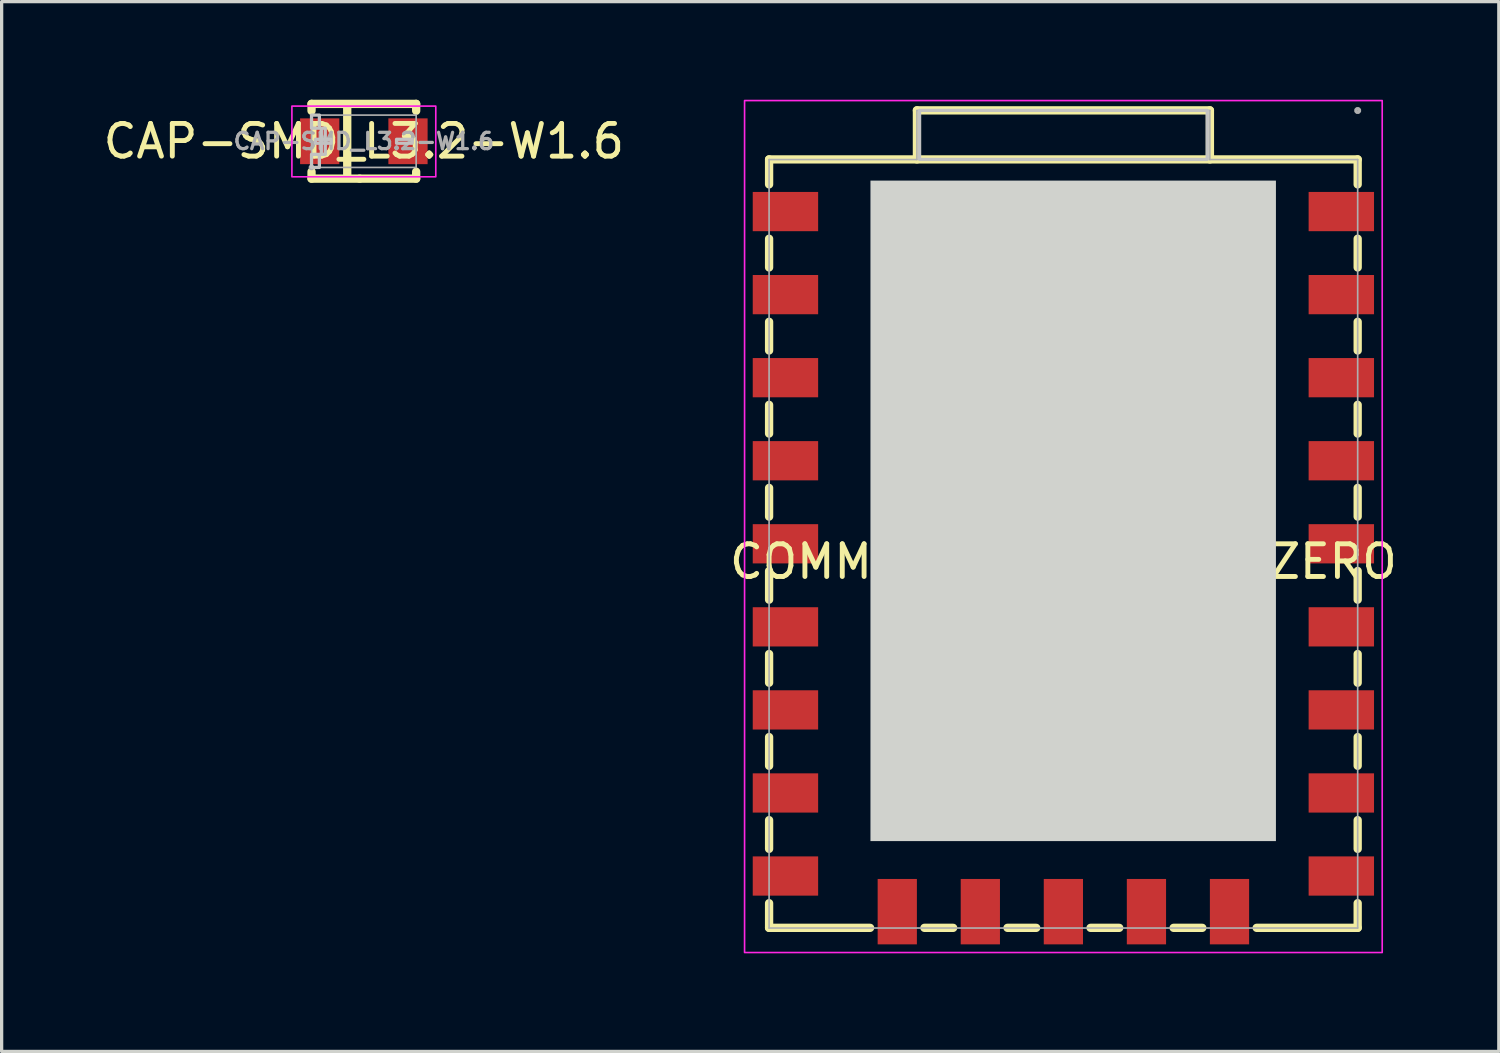
<source format=kicad_pcb>
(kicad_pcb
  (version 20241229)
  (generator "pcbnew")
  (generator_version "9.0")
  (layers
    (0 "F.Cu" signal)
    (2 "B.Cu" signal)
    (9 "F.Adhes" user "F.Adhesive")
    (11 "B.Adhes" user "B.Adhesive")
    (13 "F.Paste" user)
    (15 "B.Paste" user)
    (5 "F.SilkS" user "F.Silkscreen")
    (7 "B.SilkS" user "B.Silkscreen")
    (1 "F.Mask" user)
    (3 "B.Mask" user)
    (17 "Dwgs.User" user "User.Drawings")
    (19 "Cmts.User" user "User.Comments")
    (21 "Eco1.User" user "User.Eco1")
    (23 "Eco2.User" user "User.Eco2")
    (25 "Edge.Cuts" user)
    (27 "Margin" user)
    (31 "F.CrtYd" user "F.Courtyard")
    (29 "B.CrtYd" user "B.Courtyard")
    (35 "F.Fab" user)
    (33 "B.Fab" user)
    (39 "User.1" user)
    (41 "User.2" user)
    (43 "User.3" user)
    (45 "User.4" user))
  (footprint "CAP-SMD_L3.2-W1.6"
    (layer "F.Cu")
    (at 8.077 1.27)
    (property "Reference" "CAP-SMD_L3.2-W1.6" (at 0 0 0) (layer "F.SilkS") (effects (font (size 1 1) (thickness 0.15))))
    (fp_line (start -1.6 -1.143) (end -1.6 -0.931) (stroke (width 0.254) (type default)) (layer "F.SilkS"))
    (fp_line (start -1.6 -1.143) (end 1.6 -1.143) (stroke (width 0.254) (type default)) (layer "F.SilkS"))
    (fp_line (start -1.6 0.931) (end -1.6 1.143) (stroke (width 0.254) (type default)) (layer "F.SilkS"))
    (fp_line (start -1.6 1.143) (end -0.128 1.143) (stroke (width 0.254) (type default)) (layer "F.SilkS"))
    (fp_line (start -0.128 1.143) (end 1.6 1.143) (stroke (width 0.254) (type default)) (layer "F.SilkS"))
    (fp_line (start 1.6 -1.143) (end 1.6 -0.931) (stroke (width 0.254) (type default)) (layer "F.SilkS"))
    (fp_line (start 1.6 0.931) (end 1.6 1.143) (stroke (width 0.254) (type default)) (layer "F.SilkS"))
    (fp_poly (pts (xy -0.635 -1.143) (xy -0.381 -1.143) (xy -0.381 1.143) (xy -0.508 1.143) (xy -0.635 1.143)) (stroke (width 0) (type default)) (fill yes) (layer "F.SilkS"))
    (fp_poly (pts (xy -1.6 -0.8) (xy -1.6 -0.4) (xy -1.36 -0.4) (xy -1.36 -0.8)) (stroke (width 0.1) (type default)) (fill no) (layer "Dwgs.User"))
    (fp_poly (pts (xy -1.6 0.8) (xy -1.6 0.4) (xy -1.36 0.4) (xy -1.36 0.8)) (stroke (width 0.1) (type default)) (fill no) (layer "Dwgs.User"))
    (fp_poly (pts (xy -1.48 -0.06) (xy -1.48 0.06) (xy -1 0.06) (xy -1 -0.06)) (stroke (width 0.1) (type default)) (fill no) (layer "Dwgs.User"))
    (fp_poly (pts (xy -1.3 -0.4) (xy -1.3 0.4) (xy -1.18 0.4) (xy -1.18 -0.4)) (stroke (width 0.1) (type default)) (fill no) (layer "Dwgs.User"))
    (fp_poly (pts (xy 1.48 -0.06) (xy 1.48 0.06) (xy 1 0.06) (xy 1 -0.06)) (stroke (width 0.1) (type default)) (fill no) (layer "Dwgs.User"))
    (fp_rect (start -2.2 -1.075) (end 2.2 1.087) (stroke (width 0.05) (type default)) (fill no) (layer "F.CrtYd"))
    (fp_line (start -1.6 -0.8) (end 1.6 -0.8) (stroke (width 0.051) (type default)) (layer "F.Fab"))
    (fp_line (start -1.6 0.8) (end -1.6 -0.8) (stroke (width 0.051) (type default)) (layer "F.Fab"))
    (fp_line (start 1.6 -0.8) (end 1.6 0.8) (stroke (width 0.051) (type default)) (layer "F.Fab"))
    (fp_line (start 1.6 0.8) (end -1.6 0.8) (stroke (width 0.051) (type default)) (layer "F.Fab"))
    (fp_poly (pts (xy -1.563 0.785) (xy -1.585 0.763) (xy -1.615 0.763) (xy -1.637 0.785) (xy -1.637 0.815) (xy -1.615 0.837) (xy -1.585 0.837) (xy -1.563 0.815)) (stroke (width 0.1) (type default)) (fill no) (layer "F.Fab"))
    (fp_poly (pts (xy -0.8 0.6) (xy -1.6 0.6) (xy -1.6 -0.6) (xy -0.8 -0.6)) (stroke (width 0.1) (type default)) (fill no) (layer "User.1"))
    (fp_poly (pts (xy 0.8 -0.6) (xy 1.6 -0.6) (xy 1.6 0.6) (xy 0.8 0.6)) (stroke (width 0.1) (type default)) (fill no) (layer "User.1"))
    (fp_text user "${REFERENCE}" (at 0 0 0) (layer "F.Fab") (effects (font (size 0.5 0.5) (thickness 0.1))))
    (pad "1" smd rect (at -1.35 0) (size 1.2 1.4) (layers "F.Cu" "F.Mask" "F.Paste"))
    (pad "2" smd rect (at 1.35 0) (size 1.2 1.4) (layers "F.Cu" "F.Mask" "F.Paste")))
  (footprint "COMM-SMD_RP2040-ZERO"
    (layer "F.Cu")
    (at 29.47 14.125)
    (property "Reference" "COMM-SMD_RP2040-ZERO" (at 0 0 0) (layer "F.SilkS") (effects (font (size 1 1) (thickness 0.15))))
    (fp_line (start -9 -12.3) (end 9 -12.3) (stroke (width 0.254) (type default)) (layer "F.SilkS"))
    (fp_line (start -9 -11.536) (end -9 -12.3) (stroke (width 0.254) (type default)) (layer "F.SilkS"))
    (fp_line (start -9 -8.996) (end -9 -9.874) (stroke (width 0.254) (type default)) (layer "F.SilkS"))
    (fp_line (start -9 -6.456) (end -9 -7.334) (stroke (width 0.254) (type default)) (layer "F.SilkS"))
    (fp_line (start -9 -3.916) (end -9 -4.794) (stroke (width 0.254) (type default)) (layer "F.SilkS"))
    (fp_line (start -9 -1.376) (end -9 -2.254) (stroke (width 0.254) (type default)) (layer "F.SilkS"))
    (fp_line (start -9 1.164) (end -9 0.286) (stroke (width 0.254) (type default)) (layer "F.SilkS"))
    (fp_line (start -9 3.704) (end -9 2.826) (stroke (width 0.254) (type default)) (layer "F.SilkS"))
    (fp_line (start -9 6.244) (end -9 5.366) (stroke (width 0.254) (type default)) (layer "F.SilkS"))
    (fp_line (start -9 8.784) (end -9 7.906) (stroke (width 0.254) (type default)) (layer "F.SilkS"))
    (fp_line (start -9 11.2) (end -9 10.446) (stroke (width 0.254) (type default)) (layer "F.SilkS"))
    (fp_line (start -5.911 11.2) (end -9 11.2) (stroke (width 0.254) (type default)) (layer "F.SilkS"))
    (fp_line (start -4.479 -12.3) (end -4.479 -13.8) (stroke (width 0.254) (type default)) (layer "F.SilkS"))
    (fp_line (start -3.371 11.2) (end -4.249 11.2) (stroke (width 0.254) (type default)) (layer "F.SilkS"))
    (fp_line (start -0.831 11.2) (end -1.709 11.2) (stroke (width 0.254) (type default)) (layer "F.SilkS"))
    (fp_line (start 1.708 11.2) (end 0.831 11.2) (stroke (width 0.254) (type default)) (layer "F.SilkS"))
    (fp_line (start 4.248 11.2) (end 3.371 11.2) (stroke (width 0.254) (type default)) (layer "F.SilkS"))
    (fp_line (start 4.481 -13.8) (end -4.479 -13.8) (stroke (width 0.254) (type default)) (layer "F.SilkS"))
    (fp_line (start 4.481 -12.3) (end 4.481 -13.8) (stroke (width 0.254) (type default)) (layer "F.SilkS"))
    (fp_line (start 9 -12.3) (end 9 -11.536) (stroke (width 0.254) (type default)) (layer "F.SilkS"))
    (fp_line (start 9 -9.874) (end 9 -8.996) (stroke (width 0.254) (type default)) (layer "F.SilkS"))
    (fp_line (start 9 -7.334) (end 9 -6.456) (stroke (width 0.254) (type default)) (layer "F.SilkS"))
    (fp_line (start 9 -4.794) (end 9 -3.916) (stroke (width 0.254) (type default)) (layer "F.SilkS"))
    (fp_line (start 9 -2.254) (end 9 -1.376) (stroke (width 0.254) (type default)) (layer "F.SilkS"))
    (fp_line (start 9 0.286) (end 9 1.164) (stroke (width 0.254) (type default)) (layer "F.SilkS"))
    (fp_line (start 9 2.826) (end 9 3.704) (stroke (width 0.254) (type default)) (layer "F.SilkS"))
    (fp_line (start 9 5.366) (end 9 6.244) (stroke (width 0.254) (type default)) (layer "F.SilkS"))
    (fp_line (start 9 7.906) (end 9 8.784) (stroke (width 0.254) (type default)) (layer "F.SilkS"))
    (fp_line (start 9 10.446) (end 9 11.2) (stroke (width 0.254) (type default)) (layer "F.SilkS"))
    (fp_line (start 9 11.2) (end 5.911 11.2) (stroke (width 0.254) (type default)) (layer "F.SilkS"))
    (fp_poly (pts (xy -4.4 -12.3) (xy -4.4 -13.8) (xy 4.4 -13.8) (xy 4.4 -12.3)) (stroke (width 0.1) (type default)) (fill no) (layer "Dwgs.User"))
    (fp_poly (pts (xy -5.9 -11.652) (xy -5.9 8.547) (xy 6.5 8.547) (xy 6.5 -11.652)) (stroke (width 0) (type default)) (fill yes) (layer "Edge.Cuts"))
    (fp_rect (start -9.75 -14.1) (end 9.75 11.955) (stroke (width 0.05) (type default)) (fill no) (layer "F.CrtYd"))
    (fp_line (start -9 -12.295) (end -9 11.205) (stroke (width 0.051) (type default)) (layer "F.Fab"))
    (fp_line (start -9 11.205) (end 9 11.205) (stroke (width 0.051) (type default)) (layer "F.Fab"))
    (fp_line (start -4.48 -13.795) (end -4.48 -12.295) (stroke (width 0.051) (type default)) (layer "F.Fab"))
    (fp_line (start -4.48 -12.295) (end -9 -12.295) (stroke (width 0.051) (type default)) (layer "F.Fab"))
    (fp_line (start 4.48 -13.795) (end -4.48 -13.795) (stroke (width 0.051) (type default)) (layer "F.Fab"))
    (fp_line (start 4.48 -12.295) (end 4.48 -13.795) (stroke (width 0.051) (type default)) (layer "F.Fab"))
    (fp_line (start 9 -12.295) (end 4.48 -12.295) (stroke (width 0.051) (type default)) (layer "F.Fab"))
    (fp_line (start 9 11.205) (end 9 -12.295) (stroke (width 0.051) (type default)) (layer "F.Fab"))
    (fp_poly (pts (xy 9.055 -13.818) (xy 9.023 -13.85) (xy 8.977 -13.85) (xy 8.945 -13.818) (xy 8.945 -13.772) (xy 8.977 -13.74) (xy 9.023 -13.74) (xy 9.055 -13.772)) (stroke (width 0.1) (type default)) (fill no) (layer "F.Fab"))
    (fp_poly (pts (xy -9 -11.205) (xy -7.5 -11.205) (xy -7.5 -10.205) (xy -9 -10.205)) (stroke (width 0.1) (type default)) (fill no) (layer "User.1"))
    (fp_poly (pts (xy -9 -8.665) (xy -7.5 -8.665) (xy -7.5 -7.665) (xy -9 -7.665)) (stroke (width 0.1) (type default)) (fill no) (layer "User.1"))
    (fp_poly (pts (xy -9 -6.125) (xy -7.5 -6.125) (xy -7.5 -5.125) (xy -9 -5.125)) (stroke (width 0.1) (type default)) (fill no) (layer "User.1"))
    (fp_poly (pts (xy -9 -3.585) (xy -7.5 -3.585) (xy -7.5 -2.585) (xy -9 -2.585)) (stroke (width 0.1) (type default)) (fill no) (layer "User.1"))
    (fp_poly (pts (xy -9 -1.045) (xy -7.5 -1.045) (xy -7.5 -0.045) (xy -9 -0.045)) (stroke (width 0.1) (type default)) (fill no) (layer "User.1"))
    (fp_poly (pts (xy -9 1.495) (xy -7.5 1.495) (xy -7.5 2.495) (xy -9 2.495)) (stroke (width 0.1) (type default)) (fill no) (layer "User.1"))
    (fp_poly (pts (xy -9 4.035) (xy -7.5 4.035) (xy -7.5 5.035) (xy -9 5.035)) (stroke (width 0.1) (type default)) (fill no) (layer "User.1"))
    (fp_poly (pts (xy -9 6.575) (xy -7.5 6.575) (xy -7.5 7.575) (xy -9 7.575)) (stroke (width 0.1) (type default)) (fill no) (layer "User.1"))
    (fp_poly (pts (xy -9 9.115) (xy -7.5 9.115) (xy -7.5 10.115) (xy -9 10.115)) (stroke (width 0.1) (type default)) (fill no) (layer "User.1"))
    (fp_poly (pts (xy -5.58 9.705) (xy -4.58 9.705) (xy -4.58 11.205) (xy -5.58 11.205)) (stroke (width 0.1) (type default)) (fill no) (layer "User.1"))
    (fp_poly (pts (xy -3.04 9.705) (xy -2.04 9.705) (xy -2.04 11.205) (xy -3.04 11.205)) (stroke (width 0.1) (type default)) (fill no) (layer "User.1"))
    (fp_poly (pts (xy -0.5 9.705) (xy 0.5 9.705) (xy 0.5 11.205) (xy -0.5 11.205)) (stroke (width 0.1) (type default)) (fill no) (layer "User.1"))
    (fp_poly (pts (xy 2.04 9.705) (xy 3.04 9.705) (xy 3.04 11.205) (xy 2.04 11.205)) (stroke (width 0.1) (type default)) (fill no) (layer "User.1"))
    (fp_poly (pts (xy 4.58 9.705) (xy 5.58 9.705) (xy 5.58 11.205) (xy 4.58 11.205)) (stroke (width 0.1) (type default)) (fill no) (layer "User.1"))
    (fp_poly (pts (xy 7.5 -11.205) (xy 9 -11.205) (xy 9 -10.205) (xy 7.5 -10.205)) (stroke (width 0.1) (type default)) (fill no) (layer "User.1"))
    (fp_poly (pts (xy 7.5 -8.665) (xy 9 -8.665) (xy 9 -7.665) (xy 7.5 -7.665)) (stroke (width 0.1) (type default)) (fill no) (layer "User.1"))
    (fp_poly (pts (xy 7.5 -6.125) (xy 9 -6.125) (xy 9 -5.125) (xy 7.5 -5.125)) (stroke (width 0.1) (type default)) (fill no) (layer "User.1"))
    (fp_poly (pts (xy 7.5 -3.585) (xy 9 -3.585) (xy 9 -2.585) (xy 7.5 -2.585)) (stroke (width 0.1) (type default)) (fill no) (layer "User.1"))
    (fp_poly (pts (xy 7.5 -1.045) (xy 9 -1.045) (xy 9 -0.045) (xy 7.5 -0.045)) (stroke (width 0.1) (type default)) (fill no) (layer "User.1"))
    (fp_poly (pts (xy 7.5 1.495) (xy 9 1.495) (xy 9 2.495) (xy 7.5 2.495)) (stroke (width 0.1) (type default)) (fill no) (layer "User.1"))
    (fp_poly (pts (xy 7.5 4.035) (xy 9 4.035) (xy 9 5.035) (xy 7.5 5.035)) (stroke (width 0.1) (type default)) (fill no) (layer "User.1"))
    (fp_poly (pts (xy 7.5 6.575) (xy 9 6.575) (xy 9 7.575) (xy 7.5 7.575)) (stroke (width 0.1) (type default)) (fill no) (layer "User.1"))
    (fp_poly (pts (xy 7.5 9.115) (xy 9 9.115) (xy 9 10.115) (xy 7.5 10.115)) (stroke (width 0.1) (type default)) (fill no) (layer "User.1"))
    (fp_text user "${REFERENCE}" (at 0 0 0) (layer "F.Fab") (effects (font (size 0.5 0.5) (thickness 0.1))))
    (pad "1" smd rect (at 8.5 -10.705) (size 2 1.2) (layers "F.Cu" "F.Mask" "F.Paste"))
    (pad "2" smd rect (at 8.5 -8.165) (size 2 1.2) (layers "F.Cu" "F.Mask" "F.Paste"))
    (pad "3" smd rect (at 8.5 -5.625) (size 2 1.2) (layers "F.Cu" "F.Mask" "F.Paste"))
    (pad "4" smd rect (at 8.5 -3.085) (size 2 1.2) (layers "F.Cu" "F.Mask" "F.Paste"))
    (pad "5" smd rect (at 8.5 -0.545) (size 2 1.2) (layers "F.Cu" "F.Mask" "F.Paste"))
    (pad "6" smd rect (at 8.5 1.995) (size 2 1.2) (layers "F.Cu" "F.Mask" "F.Paste"))
    (pad "7" smd rect (at 8.5 4.535) (size 2 1.2) (layers "F.Cu" "F.Mask" "F.Paste"))
    (pad "8" smd rect (at 8.5 7.075) (size 2 1.2) (layers "F.Cu" "F.Mask" "F.Paste"))
    (pad "9" smd rect (at 8.5 9.615) (size 2 1.2) (layers "F.Cu" "F.Mask" "F.Paste"))
    (pad "10" smd rect (at 5.08 10.705) (size 1.2 2) (layers "F.Cu" "F.Mask" "F.Paste"))
    (pad "11" smd rect (at 2.54 10.705) (size 1.2 2) (layers "F.Cu" "F.Mask" "F.Paste"))
    (pad "12" smd rect (at 0 10.705) (size 1.2 2) (layers "F.Cu" "F.Mask" "F.Paste"))
    (pad "13" smd rect (at -2.54 10.705) (size 1.2 2) (layers "F.Cu" "F.Mask" "F.Paste"))
    (pad "14" smd rect (at -5.08 10.705) (size 1.2 2) (layers "F.Cu" "F.Mask" "F.Paste"))
    (pad "15" smd rect (at -8.5 9.615) (size 2 1.2) (layers "F.Cu" "F.Mask" "F.Paste"))
    (pad "16" smd rect (at -8.5 7.075) (size 2 1.2) (layers "F.Cu" "F.Mask" "F.Paste"))
    (pad "17" smd rect (at -8.5 4.535) (size 2 1.2) (layers "F.Cu" "F.Mask" "F.Paste"))
    (pad "18" smd rect (at -8.5 1.995) (size 2 1.2) (layers "F.Cu" "F.Mask" "F.Paste"))
    (pad "19" smd rect (at -8.5 -0.545) (size 2 1.2) (layers "F.Cu" "F.Mask" "F.Paste"))
    (pad "20" smd rect (at -8.5 -3.085) (size 2 1.2) (layers "F.Cu" "F.Mask" "F.Paste"))
    (pad "21" smd rect (at -8.5 -5.625) (size 2 1.2) (layers "F.Cu" "F.Mask" "F.Paste"))
    (pad "22" smd rect (at -8.5 -8.165) (size 2 1.2) (layers "F.Cu" "F.Mask" "F.Paste"))
    (pad "23" smd rect (at -8.5 -10.705) (size 2 1.2) (layers "F.Cu" "F.Mask" "F.Paste")))
  (gr_rect
    (start -3 -3)
    (end 42.786 29.105)
    (stroke (width 0.1) (type default))
    (fill no)
    (layer "Edge.Cuts")))
</source>
